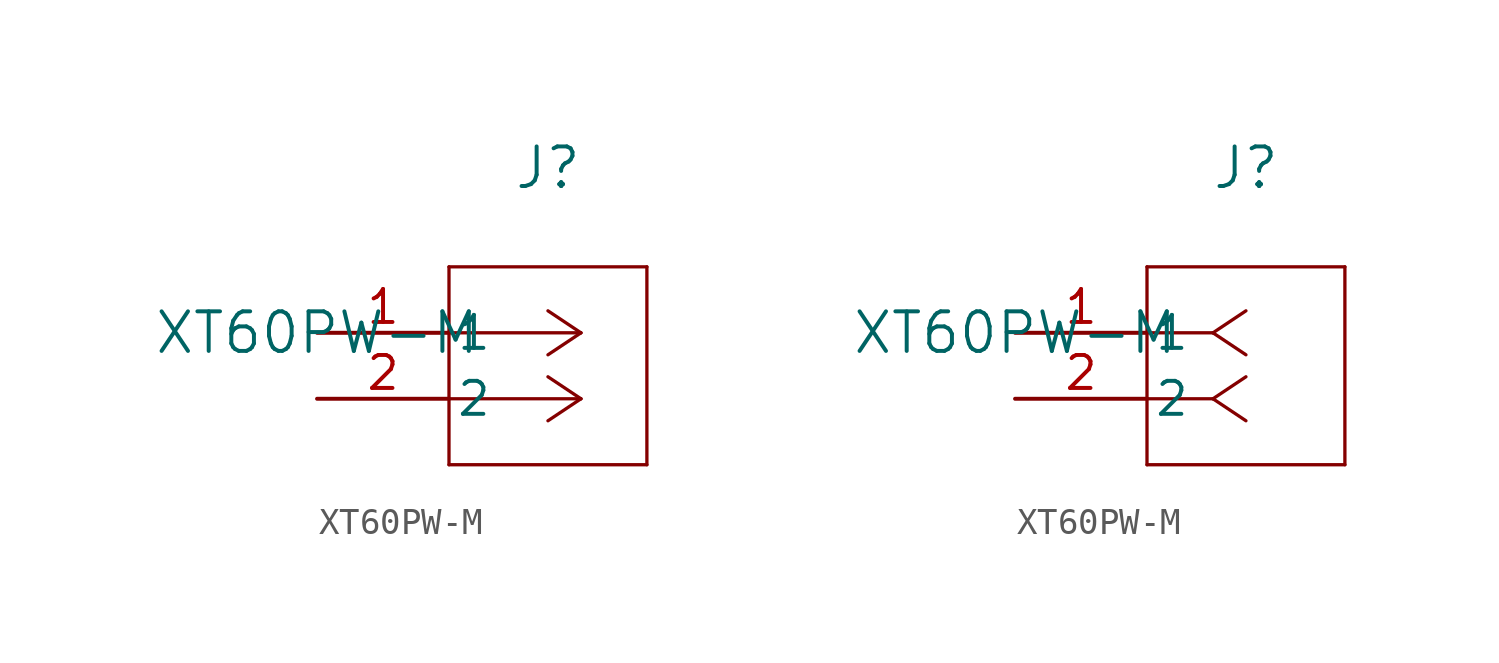
<source format=kicad_sym>
(kicad_symbol_lib
  (version 20211014)
  (generator kicad_symbol_editor)
  (symbol "XT60PW-M"
    (pin_names
      (offset 0.254))
    (property "Reference" "J"
      (at 8.89 6.35 0)
      (effects (font (size 1.524 1.524))))
    (property "Value" "XT60PW-M"
      (at 0 0 0)
      (effects (font (size 1.524 1.524))))
    (symbol "XT60PW-M_1_1"
      (polyline (pts (xy 10.16 0) (xy 5.08 0)) (stroke (width 0.127) (type default) (color 0 0 0 0)) (fill (type none)))
      (polyline (pts (xy 10.16 -2.54) (xy 5.08 -2.54)) (stroke (width 0.127) (type default) (color 0 0 0 0)) (fill (type none)))
      (polyline (pts (xy 10.16 0) (xy 8.89 0.847)) (stroke (width 0.127) (type default) (color 0 0 0 0)) (fill (type none)))
      (polyline (pts (xy 10.16 -2.54) (xy 8.89 -1.693)) (stroke (width 0.127) (type default) (color 0 0 0 0)) (fill (type none)))
      (polyline (pts (xy 10.16 0) (xy 8.89 -0.847)) (stroke (width 0.127) (type default) (color 0 0 0 0)) (fill (type none)))
      (polyline (pts (xy 10.16 -2.54) (xy 8.89 -3.387)) (stroke (width 0.127) (type default) (color 0 0 0 0)) (fill (type none)))
      (polyline (pts (xy 5.08 2.54) (xy 5.08 -5.08)) (stroke (width 0.127) (type default) (color 0 0 0 0)) (fill (type none)))
      (polyline (pts (xy 5.08 -5.08) (xy 12.7 -5.08)) (stroke (width 0.127) (type default) (color 0 0 0 0)) (fill (type none)))
      (polyline (pts (xy 12.7 -5.08) (xy 12.7 2.54)) (stroke (width 0.127) (type default) (color 0 0 0 0)) (fill (type none)))
      (polyline (pts (xy 12.7 2.54) (xy 5.08 2.54)) (stroke (width 0.127) (type default) (color 0 0 0 0)) (fill (type none)))
      (pin unspecified line (at 0 0 0) (length 5.08) (name "1" (effects (font (size 1.27 1.27)))) (number "1" (effects (font (size 1.27 1.27)))))
      (pin unspecified line (at 0 -2.54 0) (length 5.08) (name "2" (effects (font (size 1.27 1.27)))) (number "2" (effects (font (size 1.27 1.27))))))
    (symbol "XT60PW-M_1_2"
      (polyline (pts (xy 7.62 0) (xy 5.08 0)) (stroke (width 0.127) (type default) (color 0 0 0 0)) (fill (type none)))
      (polyline (pts (xy 7.62 -2.54) (xy 5.08 -2.54)) (stroke (width 0.127) (type default) (color 0 0 0 0)) (fill (type none)))
      (polyline (pts (xy 7.62 0) (xy 8.89 0.847)) (stroke (width 0.127) (type default) (color 0 0 0 0)) (fill (type none)))
      (polyline (pts (xy 7.62 -2.54) (xy 8.89 -1.693)) (stroke (width 0.127) (type default) (color 0 0 0 0)) (fill (type none)))
      (polyline (pts (xy 7.62 0) (xy 8.89 -0.847)) (stroke (width 0.127) (type default) (color 0 0 0 0)) (fill (type none)))
      (polyline (pts (xy 7.62 -2.54) (xy 8.89 -3.387)) (stroke (width 0.127) (type default) (color 0 0 0 0)) (fill (type none)))
      (polyline (pts (xy 5.08 2.54) (xy 5.08 -5.08)) (stroke (width 0.127) (type default) (color 0 0 0 0)) (fill (type none)))
      (polyline (pts (xy 5.08 -5.08) (xy 12.7 -5.08)) (stroke (width 0.127) (type default) (color 0 0 0 0)) (fill (type none)))
      (polyline (pts (xy 12.7 -5.08) (xy 12.7 2.54)) (stroke (width 0.127) (type default) (color 0 0 0 0)) (fill (type none)))
      (polyline (pts (xy 12.7 2.54) (xy 5.08 2.54)) (stroke (width 0.127) (type default) (color 0 0 0 0)) (fill (type none)))
      (pin unspecified line (at 0 0 0) (length 5.08) (name "1" (effects (font (size 1.27 1.27)))) (number "1" (effects (font (size 1.27 1.27)))))
      (pin unspecified line (at 0 -2.54 0) (length 5.08) (name "2" (effects (font (size 1.27 1.27)))) (number "2" (effects (font (size 1.27 1.27))))))))
</source>
